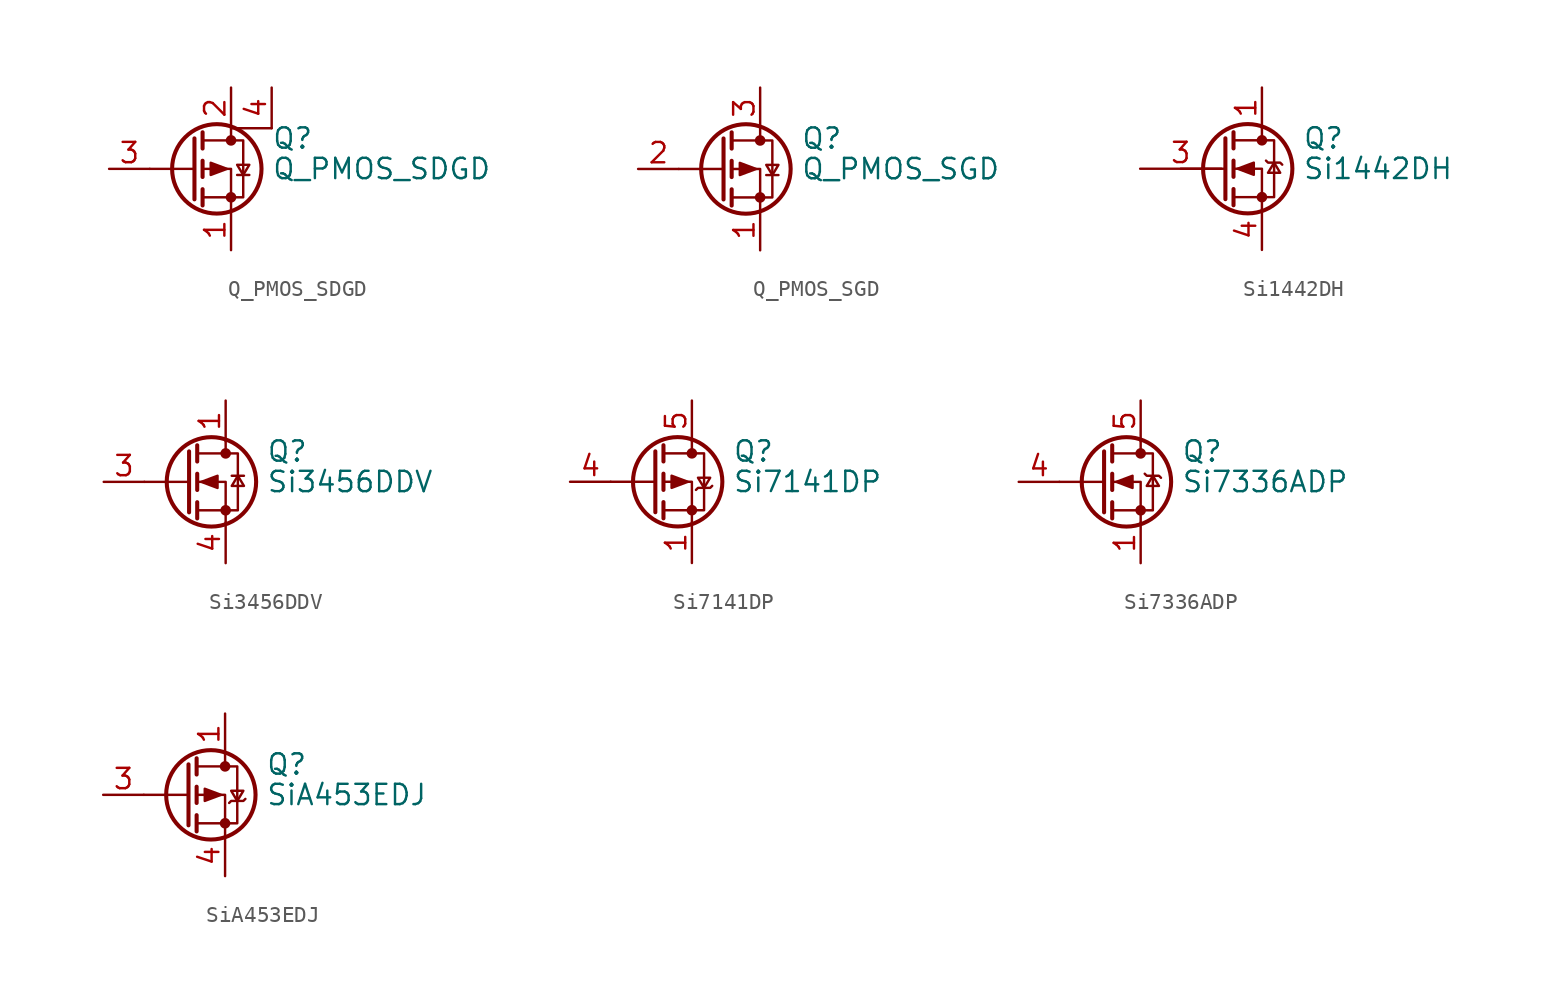
<source format=kicad_sym>
(kicad_symbol_lib
  (version 20241209)
  (generator "kicad_symbol_editor")
  (generator_version "9.0")
  (symbol "Q_PMOS_SDGD"
    (pin_names
      (offset 0)
      (hide yes))
    (property "Reference" "Q"
      (at 5.08 1.905 0)
      (effects (font (size 1.27 1.27)) (justify left)))
    (property "Value" "Q_PMOS_SDGD"
      (at 5.08 0 0)
      (effects (font (size 1.27 1.27)) (justify left)))
    (symbol "Q_PMOS_SDGD_0_1"
      (polyline (pts (xy 0.254 1.905) (xy 0.254 -1.905)) (stroke (width 0.254) (type default)) (fill (type none)))
      (polyline (pts (xy 0.254 0) (xy -2.54 0)) (stroke (width 0) (type default)) (fill (type none)))
      (polyline (pts (xy 0.762 2.286) (xy 0.762 1.27)) (stroke (width 0.254) (type default)) (fill (type none)))
      (polyline (pts (xy 0.762 1.778) (xy 3.302 1.778) (xy 3.302 -1.778) (xy 0.762 -1.778)) (stroke (width 0) (type default)) (fill (type none)))
      (polyline (pts (xy 0.762 0.508) (xy 0.762 -0.508)) (stroke (width 0.254) (type default)) (fill (type none)))
      (polyline (pts (xy 0.762 -1.27) (xy 0.762 -2.286)) (stroke (width 0.254) (type default)) (fill (type none)))
      (circle (center 1.651 0) (radius 2.794) (stroke (width 0.254) (type default)) (fill (type none)))
      (polyline (pts (xy 2.286 0) (xy 1.27 0.381) (xy 1.27 -0.381) (xy 2.286 0)) (stroke (width 0) (type default)) (fill (type outline)))
      (circle (center 2.54 1.778) (radius 0.254) (stroke (width 0) (type default)) (fill (type outline)))
      (circle (center 2.54 -1.778) (radius 0.254) (stroke (width 0) (type default)) (fill (type outline)))
      (polyline (pts (xy 2.54 -2.54) (xy 2.54 0) (xy 0.762 0)) (stroke (width 0) (type default)) (fill (type none)))
      (polyline (pts (xy 2.921 -0.381) (xy 3.683 -0.381)) (stroke (width 0) (type default)) (fill (type none)))
      (polyline (pts (xy 3.302 -0.381) (xy 2.921 0.254) (xy 3.683 0.254) (xy 3.302 -0.381)) (stroke (width 0) (type default)) (fill (type none)))
      (polyline (pts (xy 5.08 2.54) (xy 2.54 2.54) (xy 2.54 1.778)) (stroke (width 0) (type default)) (fill (type none))))
    (symbol "Q_PMOS_SDGD_1_1"
      (pin input line (at -5.08 0 0) (length 2.54) (name "G" (effects (font (size 1.27 1.27)))) (number "3" (effects (font (size 1.27 1.27)))))
      (pin passive line (at 2.54 5.08 270) (length 2.54) (name "D" (effects (font (size 1.27 1.27)))) (number "2" (effects (font (size 1.27 1.27)))))
      (pin passive line (at 2.54 -5.08 90) (length 2.54) (name "S" (effects (font (size 1.27 1.27)))) (number "1" (effects (font (size 1.27 1.27)))))
      (pin passive line (at 5.08 5.08 270) (length 2.54) (name "D" (effects (font (size 1.27 1.27)))) (number "4" (effects (font (size 1.27 1.27)))))))
  (symbol "Q_PMOS_SGD"
    (pin_names
      (offset 0)
      (hide yes))
    (property "Reference" "Q"
      (at 5.08 1.905 0)
      (effects (font (size 1.27 1.27)) (justify left)))
    (property "Value" "Q_PMOS_SGD"
      (at 5.08 0 0)
      (effects (font (size 1.27 1.27)) (justify left)))
    (symbol "Q_PMOS_SGD_0_1"
      (polyline (pts (xy 0.254 1.905) (xy 0.254 -1.905)) (stroke (width 0.254) (type default)) (fill (type none)))
      (polyline (pts (xy 0.254 0) (xy -2.54 0)) (stroke (width 0) (type default)) (fill (type none)))
      (polyline (pts (xy 0.762 2.286) (xy 0.762 1.27)) (stroke (width 0.254) (type default)) (fill (type none)))
      (polyline (pts (xy 0.762 1.778) (xy 3.302 1.778) (xy 3.302 -1.778) (xy 0.762 -1.778)) (stroke (width 0) (type default)) (fill (type none)))
      (polyline (pts (xy 0.762 0.508) (xy 0.762 -0.508)) (stroke (width 0.254) (type default)) (fill (type none)))
      (polyline (pts (xy 0.762 -1.27) (xy 0.762 -2.286)) (stroke (width 0.254) (type default)) (fill (type none)))
      (circle (center 1.651 0) (radius 2.794) (stroke (width 0.254) (type default)) (fill (type none)))
      (polyline (pts (xy 2.286 0) (xy 1.27 0.381) (xy 1.27 -0.381) (xy 2.286 0)) (stroke (width 0) (type default)) (fill (type outline)))
      (polyline (pts (xy 2.54 2.54) (xy 2.54 1.778)) (stroke (width 0) (type default)) (fill (type none)))
      (circle (center 2.54 1.778) (radius 0.254) (stroke (width 0) (type default)) (fill (type outline)))
      (circle (center 2.54 -1.778) (radius 0.254) (stroke (width 0) (type default)) (fill (type outline)))
      (polyline (pts (xy 2.54 -2.54) (xy 2.54 0) (xy 0.762 0)) (stroke (width 0) (type default)) (fill (type none)))
      (polyline (pts (xy 2.921 -0.381) (xy 3.683 -0.381)) (stroke (width 0) (type default)) (fill (type none)))
      (polyline (pts (xy 3.302 -0.381) (xy 2.921 0.254) (xy 3.683 0.254) (xy 3.302 -0.381)) (stroke (width 0) (type default)) (fill (type none))))
    (symbol "Q_PMOS_SGD_1_1"
      (pin input line (at -5.08 0 0) (length 2.54) (name "G" (effects (font (size 1.27 1.27)))) (number "2" (effects (font (size 1.27 1.27)))))
      (pin passive line (at 2.54 5.08 270) (length 2.54) (name "D" (effects (font (size 1.27 1.27)))) (number "3" (effects (font (size 1.27 1.27)))))
      (pin passive line (at 2.54 -5.08 90) (length 2.54) (name "S" (effects (font (size 1.27 1.27)))) (number "1" (effects (font (size 1.27 1.27)))))))
  (symbol "Si1442DH"
    (pin_names
      (hide yes))
    (property "Reference" "Q"
      (at 5.08 1.905 0)
      (effects (font (size 1.27 1.27)) (justify left)))
    (property "Value" "Si1442DH"
      (at 5.08 0 0)
      (effects (font (size 1.27 1.27)) (justify left)))
    (symbol "Si1442DH_0_1"
      (polyline (pts (xy 0.254 1.905) (xy 0.254 -1.905)) (stroke (width 0.254) (type default)) (fill (type none)))
      (polyline (pts (xy 0.254 0) (xy -2.54 0)) (stroke (width 0) (type default)) (fill (type none)))
      (polyline (pts (xy 0.762 2.286) (xy 0.762 1.27)) (stroke (width 0.254) (type default)) (fill (type none)))
      (polyline (pts (xy 0.762 0.508) (xy 0.762 -0.508)) (stroke (width 0.254) (type default)) (fill (type none)))
      (polyline (pts (xy 0.762 -1.27) (xy 0.762 -2.286)) (stroke (width 0.254) (type default)) (fill (type none)))
      (polyline (pts (xy 0.762 -1.778) (xy 3.302 -1.778) (xy 3.302 1.778) (xy 0.762 1.778)) (stroke (width 0) (type default)) (fill (type none)))
      (polyline (pts (xy 1.016 0) (xy 2.032 0.381) (xy 2.032 -0.381) (xy 1.016 0)) (stroke (width 0) (type default)) (fill (type outline)))
      (circle (center 1.651 0) (radius 2.794) (stroke (width 0.254) (type default)) (fill (type none)))
      (polyline (pts (xy 2.54 2.54) (xy 2.54 1.778)) (stroke (width 0) (type default)) (fill (type none)))
      (circle (center 2.54 1.778) (radius 0.254) (stroke (width 0) (type default)) (fill (type outline)))
      (circle (center 2.54 -1.778) (radius 0.254) (stroke (width 0) (type default)) (fill (type outline)))
      (polyline (pts (xy 2.54 -2.54) (xy 2.54 0) (xy 0.762 0)) (stroke (width 0) (type default)) (fill (type none)))
      (polyline (pts (xy 2.794 0.508) (xy 2.921 0.381) (xy 3.683 0.381) (xy 3.81 0.254)) (stroke (width 0) (type default)) (fill (type none)))
      (polyline (pts (xy 3.302 0.381) (xy 2.921 -0.254) (xy 3.683 -0.254) (xy 3.302 0.381)) (stroke (width 0) (type default)) (fill (type none))))
    (symbol "Si1442DH_1_1"
      (pin input line (at -5.08 0 0) (length 5.08) (name "G" (effects (font (size 1.27 1.27)))) (number "3" (effects (font (size 1.27 1.27)))))
      (pin passive line (at 2.54 5.08 270) (length 2.54) (name "D" (effects (font (size 1.27 1.27)))) (number "1" (effects (font (size 1.27 1.27)))))
      (pin passive line (at 2.54 5.08 270) (length 2.54) (hide yes) (name "D" (effects (font (size 1.27 1.27)))) (number "2" (effects (font (size 1.27 1.27)))))
      (pin passive line (at 2.54 5.08 270) (length 2.54) (hide yes) (name "D" (effects (font (size 1.27 1.27)))) (number "5" (effects (font (size 1.27 1.27)))))
      (pin passive line (at 2.54 5.08 270) (length 2.54) (hide yes) (name "D" (effects (font (size 1.27 1.27)))) (number "6" (effects (font (size 1.27 1.27)))))
      (pin passive line (at 2.54 -5.08 90) (length 2.54) (name "S" (effects (font (size 1.27 1.27)))) (number "4" (effects (font (size 1.27 1.27)))))))
  (symbol "Si3456DDV"
    (pin_names
      (hide yes))
    (property "Reference" "Q"
      (at 5.08 1.905 0)
      (effects (font (size 1.27 1.27)) (justify left)))
    (property "Value" "Si3456DDV"
      (at 5.08 0 0)
      (effects (font (size 1.27 1.27)) (justify left)))
    (symbol "Si3456DDV_0_1"
      (polyline (pts (xy 0.254 1.905) (xy 0.254 -1.905)) (stroke (width 0.254) (type default)) (fill (type none)))
      (polyline (pts (xy 0.254 0) (xy -2.54 0)) (stroke (width 0) (type default)) (fill (type none)))
      (polyline (pts (xy 0.762 2.286) (xy 0.762 1.27)) (stroke (width 0.254) (type default)) (fill (type none)))
      (polyline (pts (xy 0.762 0.508) (xy 0.762 -0.508)) (stroke (width 0.254) (type default)) (fill (type none)))
      (polyline (pts (xy 0.762 -1.27) (xy 0.762 -2.286)) (stroke (width 0.254) (type default)) (fill (type none)))
      (polyline (pts (xy 0.762 -1.778) (xy 3.302 -1.778) (xy 3.302 1.778) (xy 0.762 1.778)) (stroke (width 0) (type default)) (fill (type none)))
      (polyline (pts (xy 1.016 0) (xy 2.032 0.381) (xy 2.032 -0.381) (xy 1.016 0)) (stroke (width 0) (type default)) (fill (type outline)))
      (circle (center 1.651 0) (radius 2.794) (stroke (width 0.254) (type default)) (fill (type none)))
      (polyline (pts (xy 2.54 2.54) (xy 2.54 1.778)) (stroke (width 0) (type default)) (fill (type none)))
      (circle (center 2.54 1.778) (radius 0.254) (stroke (width 0) (type default)) (fill (type outline)))
      (circle (center 2.54 -1.778) (radius 0.254) (stroke (width 0) (type default)) (fill (type outline)))
      (polyline (pts (xy 2.54 -2.54) (xy 2.54 0) (xy 0.762 0)) (stroke (width 0) (type default)) (fill (type none)))
      (polyline (pts (xy 2.921 0.381) (xy 3.683 0.381)) (stroke (width 0) (type default)) (fill (type none)))
      (polyline (pts (xy 3.302 0.381) (xy 2.921 -0.254) (xy 3.683 -0.254) (xy 3.302 0.381)) (stroke (width 0) (type default)) (fill (type none))))
    (symbol "Si3456DDV_1_1"
      (pin input line (at -5.08 0 0) (length 2.54) (name "G" (effects (font (size 1.27 1.27)))) (number "3" (effects (font (size 1.27 1.27)))))
      (pin passive line (at 2.54 5.08 270) (length 2.54) (name "D" (effects (font (size 1.27 1.27)))) (number "1" (effects (font (size 1.27 1.27)))))
      (pin passive line (at 2.54 5.08 270) (length 2.54) (hide yes) (name "D" (effects (font (size 1.27 1.27)))) (number "2" (effects (font (size 1.27 1.27)))))
      (pin passive line (at 2.54 5.08 270) (length 2.54) (hide yes) (name "D" (effects (font (size 1.27 1.27)))) (number "5" (effects (font (size 1.27 1.27)))))
      (pin passive line (at 2.54 5.08 270) (length 2.54) (hide yes) (name "D" (effects (font (size 1.27 1.27)))) (number "6" (effects (font (size 1.27 1.27)))))
      (pin passive line (at 2.54 -5.08 90) (length 2.54) (name "S" (effects (font (size 1.27 1.27)))) (number "4" (effects (font (size 1.27 1.27)))))))
  (symbol "Si7141DP"
    (pin_names
      (hide yes))
    (property "Reference" "Q"
      (at 5.08 1.905 0)
      (effects (font (size 1.27 1.27)) (justify left)))
    (property "Value" "Si7141DP"
      (at 5.08 0 0)
      (effects (font (size 1.27 1.27)) (justify left)))
    (symbol "Si7141DP_0_1"
      (polyline (pts (xy 0.254 1.905) (xy 0.254 -1.905)) (stroke (width 0.254) (type default)) (fill (type none)))
      (polyline (pts (xy 0.254 0) (xy -2.54 0)) (stroke (width 0) (type default)) (fill (type none)))
      (polyline (pts (xy 0.762 2.286) (xy 0.762 1.27)) (stroke (width 0.254) (type default)) (fill (type none)))
      (polyline (pts (xy 0.762 1.778) (xy 3.302 1.778) (xy 3.302 -1.778) (xy 0.762 -1.778)) (stroke (width 0) (type default)) (fill (type none)))
      (polyline (pts (xy 0.762 0.508) (xy 0.762 -0.508)) (stroke (width 0.254) (type default)) (fill (type none)))
      (polyline (pts (xy 0.762 -1.27) (xy 0.762 -2.286)) (stroke (width 0.254) (type default)) (fill (type none)))
      (circle (center 1.651 0) (radius 2.794) (stroke (width 0.254) (type default)) (fill (type none)))
      (polyline (pts (xy 2.286 0) (xy 1.27 0.381) (xy 1.27 -0.381) (xy 2.286 0)) (stroke (width 0) (type default)) (fill (type outline)))
      (polyline (pts (xy 2.54 2.54) (xy 2.54 1.778)) (stroke (width 0) (type default)) (fill (type none)))
      (circle (center 2.54 1.778) (radius 0.254) (stroke (width 0) (type default)) (fill (type outline)))
      (circle (center 2.54 -1.778) (radius 0.254) (stroke (width 0) (type default)) (fill (type outline)))
      (polyline (pts (xy 2.54 -2.54) (xy 2.54 0) (xy 0.762 0)) (stroke (width 0) (type default)) (fill (type none)))
      (polyline (pts (xy 2.794 -0.508) (xy 2.921 -0.381) (xy 3.683 -0.381) (xy 3.81 -0.254)) (stroke (width 0) (type default)) (fill (type none)))
      (polyline (pts (xy 3.302 -0.381) (xy 2.921 0.254) (xy 3.683 0.254) (xy 3.302 -0.381)) (stroke (width 0) (type default)) (fill (type none))))
    (symbol "Si7141DP_1_1"
      (pin input line (at -5.08 0 0) (length 2.54) (name "G" (effects (font (size 1.27 1.27)))) (number "4" (effects (font (size 1.27 1.27)))))
      (pin passive line (at 2.54 5.08 270) (length 2.54) (name "D" (effects (font (size 1.27 1.27)))) (number "5" (effects (font (size 1.27 1.27)))))
      (pin passive line (at 2.54 -5.08 90) (length 2.54) (name "S" (effects (font (size 1.27 1.27)))) (number "1" (effects (font (size 1.27 1.27)))))
      (pin passive line (at 2.54 -5.08 90) (length 2.54) (hide yes) (name "S" (effects (font (size 1.27 1.27)))) (number "2" (effects (font (size 1.27 1.27)))))
      (pin passive line (at 2.54 -5.08 90) (length 2.54) (hide yes) (name "S" (effects (font (size 1.27 1.27)))) (number "3" (effects (font (size 1.27 1.27)))))))
  (symbol "Si7336ADP"
    (pin_names
      (hide yes))
    (property "Reference" "Q"
      (at 5.08 1.905 0)
      (effects (font (size 1.27 1.27)) (justify left)))
    (property "Value" "Si7336ADP"
      (at 5.08 0 0)
      (effects (font (size 1.27 1.27)) (justify left)))
    (symbol "Si7336ADP_0_1"
      (polyline (pts (xy 0.254 1.905) (xy 0.254 -1.905)) (stroke (width 0.254) (type default)) (fill (type none)))
      (polyline (pts (xy 0.254 0) (xy -2.54 0)) (stroke (width 0) (type default)) (fill (type none)))
      (polyline (pts (xy 0.762 2.286) (xy 0.762 1.27)) (stroke (width 0.254) (type default)) (fill (type none)))
      (polyline (pts (xy 0.762 0.508) (xy 0.762 -0.508)) (stroke (width 0.254) (type default)) (fill (type none)))
      (polyline (pts (xy 0.762 -1.27) (xy 0.762 -2.286)) (stroke (width 0.254) (type default)) (fill (type none)))
      (polyline (pts (xy 0.762 -1.778) (xy 3.302 -1.778) (xy 3.302 1.778) (xy 0.762 1.778)) (stroke (width 0) (type default)) (fill (type none)))
      (polyline (pts (xy 1.016 0) (xy 2.032 0.381) (xy 2.032 -0.381) (xy 1.016 0)) (stroke (width 0) (type default)) (fill (type outline)))
      (circle (center 1.651 0) (radius 2.794) (stroke (width 0.254) (type default)) (fill (type none)))
      (polyline (pts (xy 2.54 2.54) (xy 2.54 1.778)) (stroke (width 0) (type default)) (fill (type none)))
      (circle (center 2.54 1.778) (radius 0.254) (stroke (width 0) (type default)) (fill (type outline)))
      (circle (center 2.54 -1.778) (radius 0.254) (stroke (width 0) (type default)) (fill (type outline)))
      (polyline (pts (xy 2.54 -2.54) (xy 2.54 0) (xy 0.762 0)) (stroke (width 0) (type default)) (fill (type none)))
      (polyline (pts (xy 2.794 0.508) (xy 2.921 0.381) (xy 3.683 0.381) (xy 3.81 0.254)) (stroke (width 0) (type default)) (fill (type none)))
      (polyline (pts (xy 3.302 0.381) (xy 2.921 -0.254) (xy 3.683 -0.254) (xy 3.302 0.381)) (stroke (width 0) (type default)) (fill (type none))))
    (symbol "Si7336ADP_1_1"
      (pin input line (at -5.08 0 0) (length 2.54) (name "G" (effects (font (size 1.27 1.27)))) (number "4" (effects (font (size 1.27 1.27)))))
      (pin passive line (at 2.54 5.08 270) (length 2.54) (name "D" (effects (font (size 1.27 1.27)))) (number "5" (effects (font (size 1.27 1.27)))))
      (pin passive line (at 2.54 -5.08 90) (length 2.54) (name "S" (effects (font (size 1.27 1.27)))) (number "1" (effects (font (size 1.27 1.27)))))
      (pin passive line (at 2.54 -5.08 90) (length 2.54) (hide yes) (name "S" (effects (font (size 1.27 1.27)))) (number "2" (effects (font (size 1.27 1.27)))))
      (pin passive line (at 2.54 -5.08 90) (length 2.54) (hide yes) (name "S" (effects (font (size 1.27 1.27)))) (number "3" (effects (font (size 1.27 1.27)))))))
  (symbol "SiA453EDJ"
    (pin_names
      (hide yes))
    (property "Reference" "Q"
      (at 5.08 1.905 0)
      (effects (font (size 1.27 1.27)) (justify left)))
    (property "Value" "SiA453EDJ"
      (at 5.08 0 0)
      (effects (font (size 1.27 1.27)) (justify left)))
    (symbol "SiA453EDJ_0_1"
      (polyline (pts (xy 0.254 1.905) (xy 0.254 -1.905)) (stroke (width 0.254) (type default)) (fill (type none)))
      (polyline (pts (xy 0.254 0) (xy -2.54 0)) (stroke (width 0) (type default)) (fill (type none)))
      (polyline (pts (xy 0.762 2.286) (xy 0.762 1.27)) (stroke (width 0.254) (type default)) (fill (type none)))
      (polyline (pts (xy 0.762 1.778) (xy 3.302 1.778) (xy 3.302 -1.778) (xy 0.762 -1.778)) (stroke (width 0) (type default)) (fill (type none)))
      (polyline (pts (xy 0.762 0.508) (xy 0.762 -0.508)) (stroke (width 0.254) (type default)) (fill (type none)))
      (polyline (pts (xy 0.762 -1.27) (xy 0.762 -2.286)) (stroke (width 0.254) (type default)) (fill (type none)))
      (circle (center 1.651 0) (radius 2.794) (stroke (width 0.254) (type default)) (fill (type none)))
      (polyline (pts (xy 2.286 0) (xy 1.27 0.381) (xy 1.27 -0.381) (xy 2.286 0)) (stroke (width 0) (type default)) (fill (type outline)))
      (polyline (pts (xy 2.54 2.54) (xy 2.54 1.778)) (stroke (width 0) (type default)) (fill (type none)))
      (circle (center 2.54 1.778) (radius 0.254) (stroke (width 0) (type default)) (fill (type outline)))
      (circle (center 2.54 -1.778) (radius 0.254) (stroke (width 0) (type default)) (fill (type outline)))
      (polyline (pts (xy 2.54 -2.54) (xy 2.54 0) (xy 0.762 0)) (stroke (width 0) (type default)) (fill (type none)))
      (polyline (pts (xy 2.794 -0.508) (xy 2.921 -0.381) (xy 3.683 -0.381) (xy 3.81 -0.254)) (stroke (width 0) (type default)) (fill (type none)))
      (polyline (pts (xy 3.302 -0.381) (xy 2.921 0.254) (xy 3.683 0.254) (xy 3.302 -0.381)) (stroke (width 0) (type default)) (fill (type none))))
    (symbol "SiA453EDJ_1_1"
      (pin passive line (at -5.08 0 0) (length 2.54) (name "G" (effects (font (size 1.27 1.27)))) (number "3" (effects (font (size 1.27 1.27)))))
      (pin passive line (at 2.54 5.08 270) (length 2.54) (name "D" (effects (font (size 1.27 1.27)))) (number "1" (effects (font (size 1.27 1.27)))))
      (pin passive line (at 2.54 -5.08 90) (length 2.54) (name "S" (effects (font (size 1.27 1.27)))) (number "4" (effects (font (size 1.27 1.27))))))))
</source>
